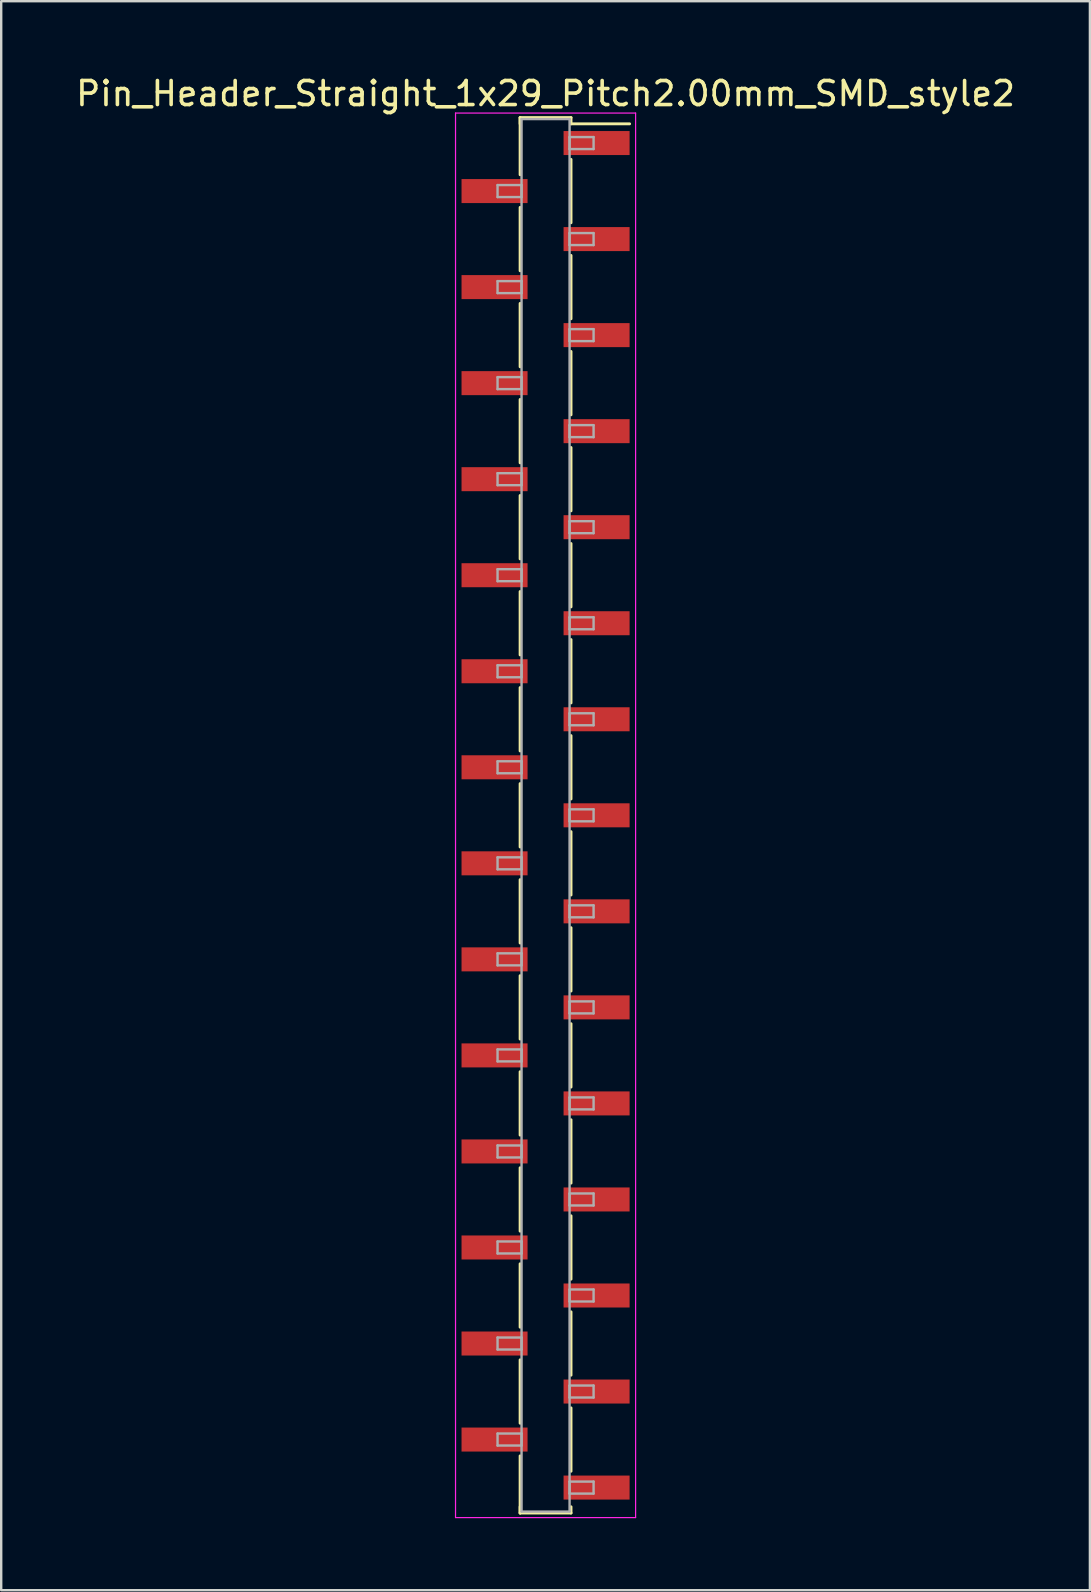
<source format=kicad_pcb>
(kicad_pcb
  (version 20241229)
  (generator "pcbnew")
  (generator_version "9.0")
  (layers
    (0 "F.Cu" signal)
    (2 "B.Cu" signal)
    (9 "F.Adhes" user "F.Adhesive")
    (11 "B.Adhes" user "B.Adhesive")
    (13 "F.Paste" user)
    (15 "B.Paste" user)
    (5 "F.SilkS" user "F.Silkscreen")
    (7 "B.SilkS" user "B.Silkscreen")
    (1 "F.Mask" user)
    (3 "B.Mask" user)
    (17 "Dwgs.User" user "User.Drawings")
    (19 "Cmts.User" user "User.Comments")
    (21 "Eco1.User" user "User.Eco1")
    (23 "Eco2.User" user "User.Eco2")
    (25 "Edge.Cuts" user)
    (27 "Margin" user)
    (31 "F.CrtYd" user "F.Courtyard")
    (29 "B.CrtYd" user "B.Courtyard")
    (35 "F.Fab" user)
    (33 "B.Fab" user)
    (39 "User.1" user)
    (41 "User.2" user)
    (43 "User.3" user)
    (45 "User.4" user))
  (footprint "Pin_Header_Straight_1x29_Pitch2.00mm_SMD_style2"
    (layer "F.Cu")
    (at 19.673 30.908)
    (property "Reference" "Pin_Header_Straight_1x29_Pitch2.00mm_SMD_style2" (at 0 -30.06 0) (layer "F.SilkS") (effects (font (size 1 1) (thickness 0.15))))
    (attr smd)
    (fp_line (start -1.06 -29.06) (end -1.06 -26.68) (stroke (width 0.12) (type solid)) (layer "F.SilkS"))
    (fp_line (start -1.06 -29.06) (end 1.06 -29.06) (stroke (width 0.12) (type solid)) (layer "F.SilkS"))
    (fp_line (start -1.06 -28.8) (end -1.06 -29.06) (stroke (width 0.12) (type solid)) (layer "F.SilkS"))
    (fp_line (start -1.06 -25.32) (end -1.06 -22.68) (stroke (width 0.12) (type solid)) (layer "F.SilkS"))
    (fp_line (start -1.06 -21.32) (end -1.06 -18.68) (stroke (width 0.12) (type solid)) (layer "F.SilkS"))
    (fp_line (start -1.06 -17.32) (end -1.06 -14.68) (stroke (width 0.12) (type solid)) (layer "F.SilkS"))
    (fp_line (start -1.06 -13.32) (end -1.06 -10.68) (stroke (width 0.12) (type solid)) (layer "F.SilkS"))
    (fp_line (start -1.06 -9.32) (end -1.06 -6.68) (stroke (width 0.12) (type solid)) (layer "F.SilkS"))
    (fp_line (start -1.06 -5.32) (end -1.06 -2.68) (stroke (width 0.12) (type solid)) (layer "F.SilkS"))
    (fp_line (start -1.06 -1.32) (end -1.06 1.32) (stroke (width 0.12) (type solid)) (layer "F.SilkS"))
    (fp_line (start -1.06 2.68) (end -1.06 5.32) (stroke (width 0.12) (type solid)) (layer "F.SilkS"))
    (fp_line (start -1.06 6.68) (end -1.06 9.32) (stroke (width 0.12) (type solid)) (layer "F.SilkS"))
    (fp_line (start -1.06 10.68) (end -1.06 13.32) (stroke (width 0.12) (type solid)) (layer "F.SilkS"))
    (fp_line (start -1.06 14.68) (end -1.06 17.32) (stroke (width 0.12) (type solid)) (layer "F.SilkS"))
    (fp_line (start -1.06 18.68) (end -1.06 21.32) (stroke (width 0.12) (type solid)) (layer "F.SilkS"))
    (fp_line (start -1.06 22.68) (end -1.06 25.32) (stroke (width 0.12) (type solid)) (layer "F.SilkS"))
    (fp_line (start -1.06 26.68) (end -1.06 29.06) (stroke (width 0.12) (type solid)) (layer "F.SilkS"))
    (fp_line (start -1.06 28.8) (end -1.06 29.06) (stroke (width 0.12) (type solid)) (layer "F.SilkS"))
    (fp_line (start -1.06 29.06) (end 1.06 29.06) (stroke (width 0.12) (type solid)) (layer "F.SilkS"))
    (fp_line (start 1.06 -29.06) (end 1.06 -28.8) (stroke (width 0.12) (type solid)) (layer "F.SilkS"))
    (fp_line (start 1.06 -28.8) (end 3.5 -28.8) (stroke (width 0.12) (type solid)) (layer "F.SilkS"))
    (fp_line (start 1.06 -27.32) (end 1.06 -24.68) (stroke (width 0.12) (type solid)) (layer "F.SilkS"))
    (fp_line (start 1.06 -23.32) (end 1.06 -20.68) (stroke (width 0.12) (type solid)) (layer "F.SilkS"))
    (fp_line (start 1.06 -19.32) (end 1.06 -16.68) (stroke (width 0.12) (type solid)) (layer "F.SilkS"))
    (fp_line (start 1.06 -15.32) (end 1.06 -12.68) (stroke (width 0.12) (type solid)) (layer "F.SilkS"))
    (fp_line (start 1.06 -11.32) (end 1.06 -8.68) (stroke (width 0.12) (type solid)) (layer "F.SilkS"))
    (fp_line (start 1.06 -7.32) (end 1.06 -4.68) (stroke (width 0.12) (type solid)) (layer "F.SilkS"))
    (fp_line (start 1.06 -3.32) (end 1.06 -0.68) (stroke (width 0.12) (type solid)) (layer "F.SilkS"))
    (fp_line (start 1.06 0.68) (end 1.06 3.32) (stroke (width 0.12) (type solid)) (layer "F.SilkS"))
    (fp_line (start 1.06 4.68) (end 1.06 7.32) (stroke (width 0.12) (type solid)) (layer "F.SilkS"))
    (fp_line (start 1.06 8.68) (end 1.06 11.32) (stroke (width 0.12) (type solid)) (layer "F.SilkS"))
    (fp_line (start 1.06 12.68) (end 1.06 15.32) (stroke (width 0.12) (type solid)) (layer "F.SilkS"))
    (fp_line (start 1.06 16.68) (end 1.06 19.32) (stroke (width 0.12) (type solid)) (layer "F.SilkS"))
    (fp_line (start 1.06 20.68) (end 1.06 23.32) (stroke (width 0.12) (type solid)) (layer "F.SilkS"))
    (fp_line (start 1.06 24.68) (end 1.06 27.32) (stroke (width 0.12) (type solid)) (layer "F.SilkS"))
    (fp_line (start 1.06 29.06) (end 1.06 28.8) (stroke (width 0.12) (type solid)) (layer "F.SilkS"))
    (fp_line (start -3.75 -29.25) (end -3.75 29.25) (stroke (width 0.05) (type solid)) (layer "F.CrtYd"))
    (fp_line (start -3.75 29.25) (end 3.75 29.25) (stroke (width 0.05) (type solid)) (layer "F.CrtYd"))
    (fp_line (start 3.75 -29.25) (end -3.75 -29.25) (stroke (width 0.05) (type solid)) (layer "F.CrtYd"))
    (fp_line (start 3.75 29.25) (end 3.75 -29.25) (stroke (width 0.05) (type solid)) (layer "F.CrtYd"))
    (fp_line (start -2 -26.25) (end -1 -26.25) (stroke (width 0.1) (type solid)) (layer "F.Fab"))
    (fp_line (start -2 -25.75) (end -2 -26.25) (stroke (width 0.1) (type solid)) (layer "F.Fab"))
    (fp_line (start -2 -22.25) (end -1 -22.25) (stroke (width 0.1) (type solid)) (layer "F.Fab"))
    (fp_line (start -2 -21.75) (end -2 -22.25) (stroke (width 0.1) (type solid)) (layer "F.Fab"))
    (fp_line (start -2 -18.25) (end -1 -18.25) (stroke (width 0.1) (type solid)) (layer "F.Fab"))
    (fp_line (start -2 -17.75) (end -2 -18.25) (stroke (width 0.1) (type solid)) (layer "F.Fab"))
    (fp_line (start -2 -14.25) (end -1 -14.25) (stroke (width 0.1) (type solid)) (layer "F.Fab"))
    (fp_line (start -2 -13.75) (end -2 -14.25) (stroke (width 0.1) (type solid)) (layer "F.Fab"))
    (fp_line (start -2 -10.25) (end -1 -10.25) (stroke (width 0.1) (type solid)) (layer "F.Fab"))
    (fp_line (start -2 -9.75) (end -2 -10.25) (stroke (width 0.1) (type solid)) (layer "F.Fab"))
    (fp_line (start -2 -6.25) (end -1 -6.25) (stroke (width 0.1) (type solid)) (layer "F.Fab"))
    (fp_line (start -2 -5.75) (end -2 -6.25) (stroke (width 0.1) (type solid)) (layer "F.Fab"))
    (fp_line (start -2 -2.25) (end -1 -2.25) (stroke (width 0.1) (type solid)) (layer "F.Fab"))
    (fp_line (start -2 -1.75) (end -2 -2.25) (stroke (width 0.1) (type solid)) (layer "F.Fab"))
    (fp_line (start -2 1.75) (end -1 1.75) (stroke (width 0.1) (type solid)) (layer "F.Fab"))
    (fp_line (start -2 2.25) (end -2 1.75) (stroke (width 0.1) (type solid)) (layer "F.Fab"))
    (fp_line (start -2 5.75) (end -1 5.75) (stroke (width 0.1) (type solid)) (layer "F.Fab"))
    (fp_line (start -2 6.25) (end -2 5.75) (stroke (width 0.1) (type solid)) (layer "F.Fab"))
    (fp_line (start -2 9.75) (end -1 9.75) (stroke (width 0.1) (type solid)) (layer "F.Fab"))
    (fp_line (start -2 10.25) (end -2 9.75) (stroke (width 0.1) (type solid)) (layer "F.Fab"))
    (fp_line (start -2 13.75) (end -1 13.75) (stroke (width 0.1) (type solid)) (layer "F.Fab"))
    (fp_line (start -2 14.25) (end -2 13.75) (stroke (width 0.1) (type solid)) (layer "F.Fab"))
    (fp_line (start -2 17.75) (end -1 17.75) (stroke (width 0.1) (type solid)) (layer "F.Fab"))
    (fp_line (start -2 18.25) (end -2 17.75) (stroke (width 0.1) (type solid)) (layer "F.Fab"))
    (fp_line (start -2 21.75) (end -1 21.75) (stroke (width 0.1) (type solid)) (layer "F.Fab"))
    (fp_line (start -2 22.25) (end -2 21.75) (stroke (width 0.1) (type solid)) (layer "F.Fab"))
    (fp_line (start -2 25.75) (end -1 25.75) (stroke (width 0.1) (type solid)) (layer "F.Fab"))
    (fp_line (start -2 26.25) (end -2 25.75) (stroke (width 0.1) (type solid)) (layer "F.Fab"))
    (fp_line (start -1 -29) (end -1 29) (stroke (width 0.1) (type solid)) (layer "F.Fab"))
    (fp_line (start -1 -26.25) (end -1 -25.75) (stroke (width 0.1) (type solid)) (layer "F.Fab"))
    (fp_line (start -1 -25.75) (end -2 -25.75) (stroke (width 0.1) (type solid)) (layer "F.Fab"))
    (fp_line (start -1 -22.25) (end -1 -21.75) (stroke (width 0.1) (type solid)) (layer "F.Fab"))
    (fp_line (start -1 -21.75) (end -2 -21.75) (stroke (width 0.1) (type solid)) (layer "F.Fab"))
    (fp_line (start -1 -18.25) (end -1 -17.75) (stroke (width 0.1) (type solid)) (layer "F.Fab"))
    (fp_line (start -1 -17.75) (end -2 -17.75) (stroke (width 0.1) (type solid)) (layer "F.Fab"))
    (fp_line (start -1 -14.25) (end -1 -13.75) (stroke (width 0.1) (type solid)) (layer "F.Fab"))
    (fp_line (start -1 -13.75) (end -2 -13.75) (stroke (width 0.1) (type solid)) (layer "F.Fab"))
    (fp_line (start -1 -10.25) (end -1 -9.75) (stroke (width 0.1) (type solid)) (layer "F.Fab"))
    (fp_line (start -1 -9.75) (end -2 -9.75) (stroke (width 0.1) (type solid)) (layer "F.Fab"))
    (fp_line (start -1 -6.25) (end -1 -5.75) (stroke (width 0.1) (type solid)) (layer "F.Fab"))
    (fp_line (start -1 -5.75) (end -2 -5.75) (stroke (width 0.1) (type solid)) (layer "F.Fab"))
    (fp_line (start -1 -2.25) (end -1 -1.75) (stroke (width 0.1) (type solid)) (layer "F.Fab"))
    (fp_line (start -1 -1.75) (end -2 -1.75) (stroke (width 0.1) (type solid)) (layer "F.Fab"))
    (fp_line (start -1 1.75) (end -1 2.25) (stroke (width 0.1) (type solid)) (layer "F.Fab"))
    (fp_line (start -1 2.25) (end -2 2.25) (stroke (width 0.1) (type solid)) (layer "F.Fab"))
    (fp_line (start -1 5.75) (end -1 6.25) (stroke (width 0.1) (type solid)) (layer "F.Fab"))
    (fp_line (start -1 6.25) (end -2 6.25) (stroke (width 0.1) (type solid)) (layer "F.Fab"))
    (fp_line (start -1 9.75) (end -1 10.25) (stroke (width 0.1) (type solid)) (layer "F.Fab"))
    (fp_line (start -1 10.25) (end -2 10.25) (stroke (width 0.1) (type solid)) (layer "F.Fab"))
    (fp_line (start -1 13.75) (end -1 14.25) (stroke (width 0.1) (type solid)) (layer "F.Fab"))
    (fp_line (start -1 14.25) (end -2 14.25) (stroke (width 0.1) (type solid)) (layer "F.Fab"))
    (fp_line (start -1 17.75) (end -1 18.25) (stroke (width 0.1) (type solid)) (layer "F.Fab"))
    (fp_line (start -1 18.25) (end -2 18.25) (stroke (width 0.1) (type solid)) (layer "F.Fab"))
    (fp_line (start -1 21.75) (end -1 22.25) (stroke (width 0.1) (type solid)) (layer "F.Fab"))
    (fp_line (start -1 22.25) (end -2 22.25) (stroke (width 0.1) (type solid)) (layer "F.Fab"))
    (fp_line (start -1 25.75) (end -1 26.25) (stroke (width 0.1) (type solid)) (layer "F.Fab"))
    (fp_line (start -1 26.25) (end -2 26.25) (stroke (width 0.1) (type solid)) (layer "F.Fab"))
    (fp_line (start -1 29) (end 1 29) (stroke (width 0.1) (type solid)) (layer "F.Fab"))
    (fp_line (start 1 -29) (end -1 -29) (stroke (width 0.1) (type solid)) (layer "F.Fab"))
    (fp_line (start 1 -28.25) (end 1 -27.75) (stroke (width 0.1) (type solid)) (layer "F.Fab"))
    (fp_line (start 1 -27.75) (end 2 -27.75) (stroke (width 0.1) (type solid)) (layer "F.Fab"))
    (fp_line (start 1 -24.25) (end 1 -23.75) (stroke (width 0.1) (type solid)) (layer "F.Fab"))
    (fp_line (start 1 -23.75) (end 2 -23.75) (stroke (width 0.1) (type solid)) (layer "F.Fab"))
    (fp_line (start 1 -20.25) (end 1 -19.75) (stroke (width 0.1) (type solid)) (layer "F.Fab"))
    (fp_line (start 1 -19.75) (end 2 -19.75) (stroke (width 0.1) (type solid)) (layer "F.Fab"))
    (fp_line (start 1 -16.25) (end 1 -15.75) (stroke (width 0.1) (type solid)) (layer "F.Fab"))
    (fp_line (start 1 -15.75) (end 2 -15.75) (stroke (width 0.1) (type solid)) (layer "F.Fab"))
    (fp_line (start 1 -12.25) (end 1 -11.75) (stroke (width 0.1) (type solid)) (layer "F.Fab"))
    (fp_line (start 1 -11.75) (end 2 -11.75) (stroke (width 0.1) (type solid)) (layer "F.Fab"))
    (fp_line (start 1 -8.25) (end 1 -7.75) (stroke (width 0.1) (type solid)) (layer "F.Fab"))
    (fp_line (start 1 -7.75) (end 2 -7.75) (stroke (width 0.1) (type solid)) (layer "F.Fab"))
    (fp_line (start 1 -4.25) (end 1 -3.75) (stroke (width 0.1) (type solid)) (layer "F.Fab"))
    (fp_line (start 1 -3.75) (end 2 -3.75) (stroke (width 0.1) (type solid)) (layer "F.Fab"))
    (fp_line (start 1 -0.25) (end 1 0.25) (stroke (width 0.1) (type solid)) (layer "F.Fab"))
    (fp_line (start 1 0.25) (end 2 0.25) (stroke (width 0.1) (type solid)) (layer "F.Fab"))
    (fp_line (start 1 3.75) (end 1 4.25) (stroke (width 0.1) (type solid)) (layer "F.Fab"))
    (fp_line (start 1 4.25) (end 2 4.25) (stroke (width 0.1) (type solid)) (layer "F.Fab"))
    (fp_line (start 1 7.75) (end 1 8.25) (stroke (width 0.1) (type solid)) (layer "F.Fab"))
    (fp_line (start 1 8.25) (end 2 8.25) (stroke (width 0.1) (type solid)) (layer "F.Fab"))
    (fp_line (start 1 11.75) (end 1 12.25) (stroke (width 0.1) (type solid)) (layer "F.Fab"))
    (fp_line (start 1 12.25) (end 2 12.25) (stroke (width 0.1) (type solid)) (layer "F.Fab"))
    (fp_line (start 1 15.75) (end 1 16.25) (stroke (width 0.1) (type solid)) (layer "F.Fab"))
    (fp_line (start 1 16.25) (end 2 16.25) (stroke (width 0.1) (type solid)) (layer "F.Fab"))
    (fp_line (start 1 19.75) (end 1 20.25) (stroke (width 0.1) (type solid)) (layer "F.Fab"))
    (fp_line (start 1 20.25) (end 2 20.25) (stroke (width 0.1) (type solid)) (layer "F.Fab"))
    (fp_line (start 1 23.75) (end 1 24.25) (stroke (width 0.1) (type solid)) (layer "F.Fab"))
    (fp_line (start 1 24.25) (end 2 24.25) (stroke (width 0.1) (type solid)) (layer "F.Fab"))
    (fp_line (start 1 27.75) (end 1 28.25) (stroke (width 0.1) (type solid)) (layer "F.Fab"))
    (fp_line (start 1 28.25) (end 2 28.25) (stroke (width 0.1) (type solid)) (layer "F.Fab"))
    (fp_line (start 1 29) (end 1 -29) (stroke (width 0.1) (type solid)) (layer "F.Fab"))
    (fp_line (start 2 -28.25) (end 1 -28.25) (stroke (width 0.1) (type solid)) (layer "F.Fab"))
    (fp_line (start 2 -27.75) (end 2 -28.25) (stroke (width 0.1) (type solid)) (layer "F.Fab"))
    (fp_line (start 2 -24.25) (end 1 -24.25) (stroke (width 0.1) (type solid)) (layer "F.Fab"))
    (fp_line (start 2 -23.75) (end 2 -24.25) (stroke (width 0.1) (type solid)) (layer "F.Fab"))
    (fp_line (start 2 -20.25) (end 1 -20.25) (stroke (width 0.1) (type solid)) (layer "F.Fab"))
    (fp_line (start 2 -19.75) (end 2 -20.25) (stroke (width 0.1) (type solid)) (layer "F.Fab"))
    (fp_line (start 2 -16.25) (end 1 -16.25) (stroke (width 0.1) (type solid)) (layer "F.Fab"))
    (fp_line (start 2 -15.75) (end 2 -16.25) (stroke (width 0.1) (type solid)) (layer "F.Fab"))
    (fp_line (start 2 -12.25) (end 1 -12.25) (stroke (width 0.1) (type solid)) (layer "F.Fab"))
    (fp_line (start 2 -11.75) (end 2 -12.25) (stroke (width 0.1) (type solid)) (layer "F.Fab"))
    (fp_line (start 2 -8.25) (end 1 -8.25) (stroke (width 0.1) (type solid)) (layer "F.Fab"))
    (fp_line (start 2 -7.75) (end 2 -8.25) (stroke (width 0.1) (type solid)) (layer "F.Fab"))
    (fp_line (start 2 -4.25) (end 1 -4.25) (stroke (width 0.1) (type solid)) (layer "F.Fab"))
    (fp_line (start 2 -3.75) (end 2 -4.25) (stroke (width 0.1) (type solid)) (layer "F.Fab"))
    (fp_line (start 2 -0.25) (end 1 -0.25) (stroke (width 0.1) (type solid)) (layer "F.Fab"))
    (fp_line (start 2 0.25) (end 2 -0.25) (stroke (width 0.1) (type solid)) (layer "F.Fab"))
    (fp_line (start 2 3.75) (end 1 3.75) (stroke (width 0.1) (type solid)) (layer "F.Fab"))
    (fp_line (start 2 4.25) (end 2 3.75) (stroke (width 0.1) (type solid)) (layer "F.Fab"))
    (fp_line (start 2 7.75) (end 1 7.75) (stroke (width 0.1) (type solid)) (layer "F.Fab"))
    (fp_line (start 2 8.25) (end 2 7.75) (stroke (width 0.1) (type solid)) (layer "F.Fab"))
    (fp_line (start 2 11.75) (end 1 11.75) (stroke (width 0.1) (type solid)) (layer "F.Fab"))
    (fp_line (start 2 12.25) (end 2 11.75) (stroke (width 0.1) (type solid)) (layer "F.Fab"))
    (fp_line (start 2 15.75) (end 1 15.75) (stroke (width 0.1) (type solid)) (layer "F.Fab"))
    (fp_line (start 2 16.25) (end 2 15.75) (stroke (width 0.1) (type solid)) (layer "F.Fab"))
    (fp_line (start 2 19.75) (end 1 19.75) (stroke (width 0.1) (type solid)) (layer "F.Fab"))
    (fp_line (start 2 20.25) (end 2 19.75) (stroke (width 0.1) (type solid)) (layer "F.Fab"))
    (fp_line (start 2 23.75) (end 1 23.75) (stroke (width 0.1) (type solid)) (layer "F.Fab"))
    (fp_line (start 2 24.25) (end 2 23.75) (stroke (width 0.1) (type solid)) (layer "F.Fab"))
    (fp_line (start 2 27.75) (end 1 27.75) (stroke (width 0.1) (type solid)) (layer "F.Fab"))
    (fp_line (start 2 28.25) (end 2 27.75) (stroke (width 0.1) (type solid)) (layer "F.Fab"))
    (pad "1" smd rect (at 2.125 -28) (size 2.75 1) (layers "F.Cu" "F.Mask"))
    (pad "2" smd rect (at -2.125 -26) (size 2.75 1) (layers "F.Cu" "F.Mask"))
    (pad "3" smd rect (at 2.125 -24) (size 2.75 1) (layers "F.Cu" "F.Mask"))
    (pad "4" smd rect (at -2.125 -22) (size 2.75 1) (layers "F.Cu" "F.Mask"))
    (pad "5" smd rect (at 2.125 -20) (size 2.75 1) (layers "F.Cu" "F.Mask"))
    (pad "6" smd rect (at -2.125 -18) (size 2.75 1) (layers "F.Cu" "F.Mask"))
    (pad "7" smd rect (at 2.125 -16) (size 2.75 1) (layers "F.Cu" "F.Mask"))
    (pad "8" smd rect (at -2.125 -14) (size 2.75 1) (layers "F.Cu" "F.Mask"))
    (pad "9" smd rect (at 2.125 -12) (size 2.75 1) (layers "F.Cu" "F.Mask"))
    (pad "10" smd rect (at -2.125 -10) (size 2.75 1) (layers "F.Cu" "F.Mask"))
    (pad "11" smd rect (at 2.125 -8) (size 2.75 1) (layers "F.Cu" "F.Mask"))
    (pad "12" smd rect (at -2.125 -6) (size 2.75 1) (layers "F.Cu" "F.Mask"))
    (pad "13" smd rect (at 2.125 -4) (size 2.75 1) (layers "F.Cu" "F.Mask"))
    (pad "14" smd rect (at -2.125 -2) (size 2.75 1) (layers "F.Cu" "F.Mask"))
    (pad "15" smd rect (at 2.125 0) (size 2.75 1) (layers "F.Cu" "F.Mask"))
    (pad "16" smd rect (at -2.125 2) (size 2.75 1) (layers "F.Cu" "F.Mask"))
    (pad "17" smd rect (at 2.125 4) (size 2.75 1) (layers "F.Cu" "F.Mask"))
    (pad "18" smd rect (at -2.125 6) (size 2.75 1) (layers "F.Cu" "F.Mask"))
    (pad "19" smd rect (at 2.125 8) (size 2.75 1) (layers "F.Cu" "F.Mask"))
    (pad "20" smd rect (at -2.125 10) (size 2.75 1) (layers "F.Cu" "F.Mask"))
    (pad "21" smd rect (at 2.125 12) (size 2.75 1) (layers "F.Cu" "F.Mask"))
    (pad "22" smd rect (at -2.125 14) (size 2.75 1) (layers "F.Cu" "F.Mask"))
    (pad "23" smd rect (at 2.125 16) (size 2.75 1) (layers "F.Cu" "F.Mask"))
    (pad "24" smd rect (at -2.125 18) (size 2.75 1) (layers "F.Cu" "F.Mask"))
    (pad "25" smd rect (at 2.125 20) (size 2.75 1) (layers "F.Cu" "F.Mask"))
    (pad "26" smd rect (at -2.125 22) (size 2.75 1) (layers "F.Cu" "F.Mask"))
    (pad "27" smd rect (at 2.125 24) (size 2.75 1) (layers "F.Cu" "F.Mask"))
    (pad "28" smd rect (at -2.125 26) (size 2.75 1) (layers "F.Cu" "F.Mask"))
    (pad "29" smd rect (at 2.125 28) (size 2.75 1) (layers "F.Cu" "F.Mask")))
  (gr_rect
    (start -3 -3)
    (end 42.345 63.183)
    (stroke (width 0.1) (type default))
    (fill no)
    (layer "Edge.Cuts")))
</source>
